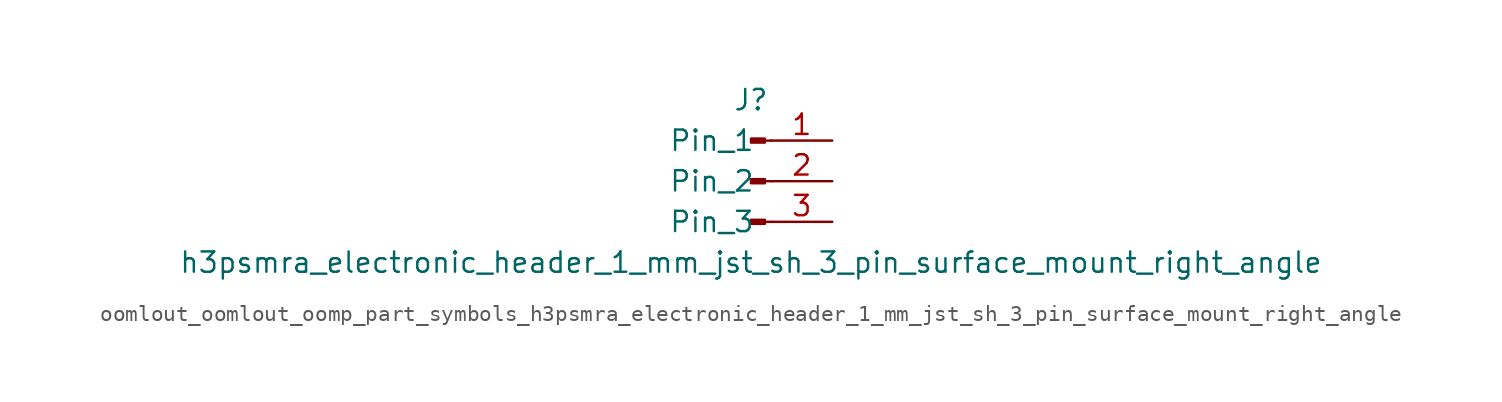
<source format=kicad_sym>
(kicad_symbol_lib
  (version 20220914)
  (generator kicad_symbol_editor)
  (symbol "oomlout_oomlout_oomp_part_symbols_h3psmra_electronic_header_1_mm_jst_sh_3_pin_surface_mount_right_angle"
    (pin_names
      (offset 1.016))
    (property "Reference" "J"
      (at 0 5.08 0)
      (effects (font (size 1.27 1.27))))
    (property "Value" "h3psmra_electronic_header_1_mm_jst_sh_3_pin_surface_mount_right_angle"
      (at 0 -5.08 0)
      (effects (font (size 1.27 1.27))))
    (property "ki_locked" ""
      (at 0 0 0)
      (effects (font (size 1.27 1.27))))
    (symbol "oomlout_oomlout_oomp_part_symbols_h3psmra_electronic_header_1_mm_jst_sh_3_pin_surface_mount_right_angle_1_1"
      (polyline (pts (xy 1.27 -2.54) (xy 0.864 -2.54)) (stroke (width 0.152) (type default)) (fill (type none)))
      (polyline (pts (xy 1.27 0) (xy 0.864 0)) (stroke (width 0.152) (type default)) (fill (type none)))
      (polyline (pts (xy 1.27 2.54) (xy 0.864 2.54)) (stroke (width 0.152) (type default)) (fill (type none)))
      (rectangle (start 0.864 -2.413) (end 0 -2.667) (stroke (width 0.152) (type default)) (fill (type outline)))
      (rectangle (start 0.864 0.127) (end 0 -0.127) (stroke (width 0.152) (type default)) (fill (type outline)))
      (rectangle (start 0.864 2.667) (end 0 2.413) (stroke (width 0.152) (type default)) (fill (type outline)))
      (pin passive line (at 5.08 2.54 180) (length 3.81) (name "Pin_1" (effects (font (size 1.27 1.27)))) (number "1" (effects (font (size 1.27 1.27)))))
      (pin passive line (at 5.08 0 180) (length 3.81) (name "Pin_2" (effects (font (size 1.27 1.27)))) (number "2" (effects (font (size 1.27 1.27)))))
      (pin passive line (at 5.08 -2.54 180) (length 3.81) (name "Pin_3" (effects (font (size 1.27 1.27)))) (number "3" (effects (font (size 1.27 1.27))))))))
</source>
